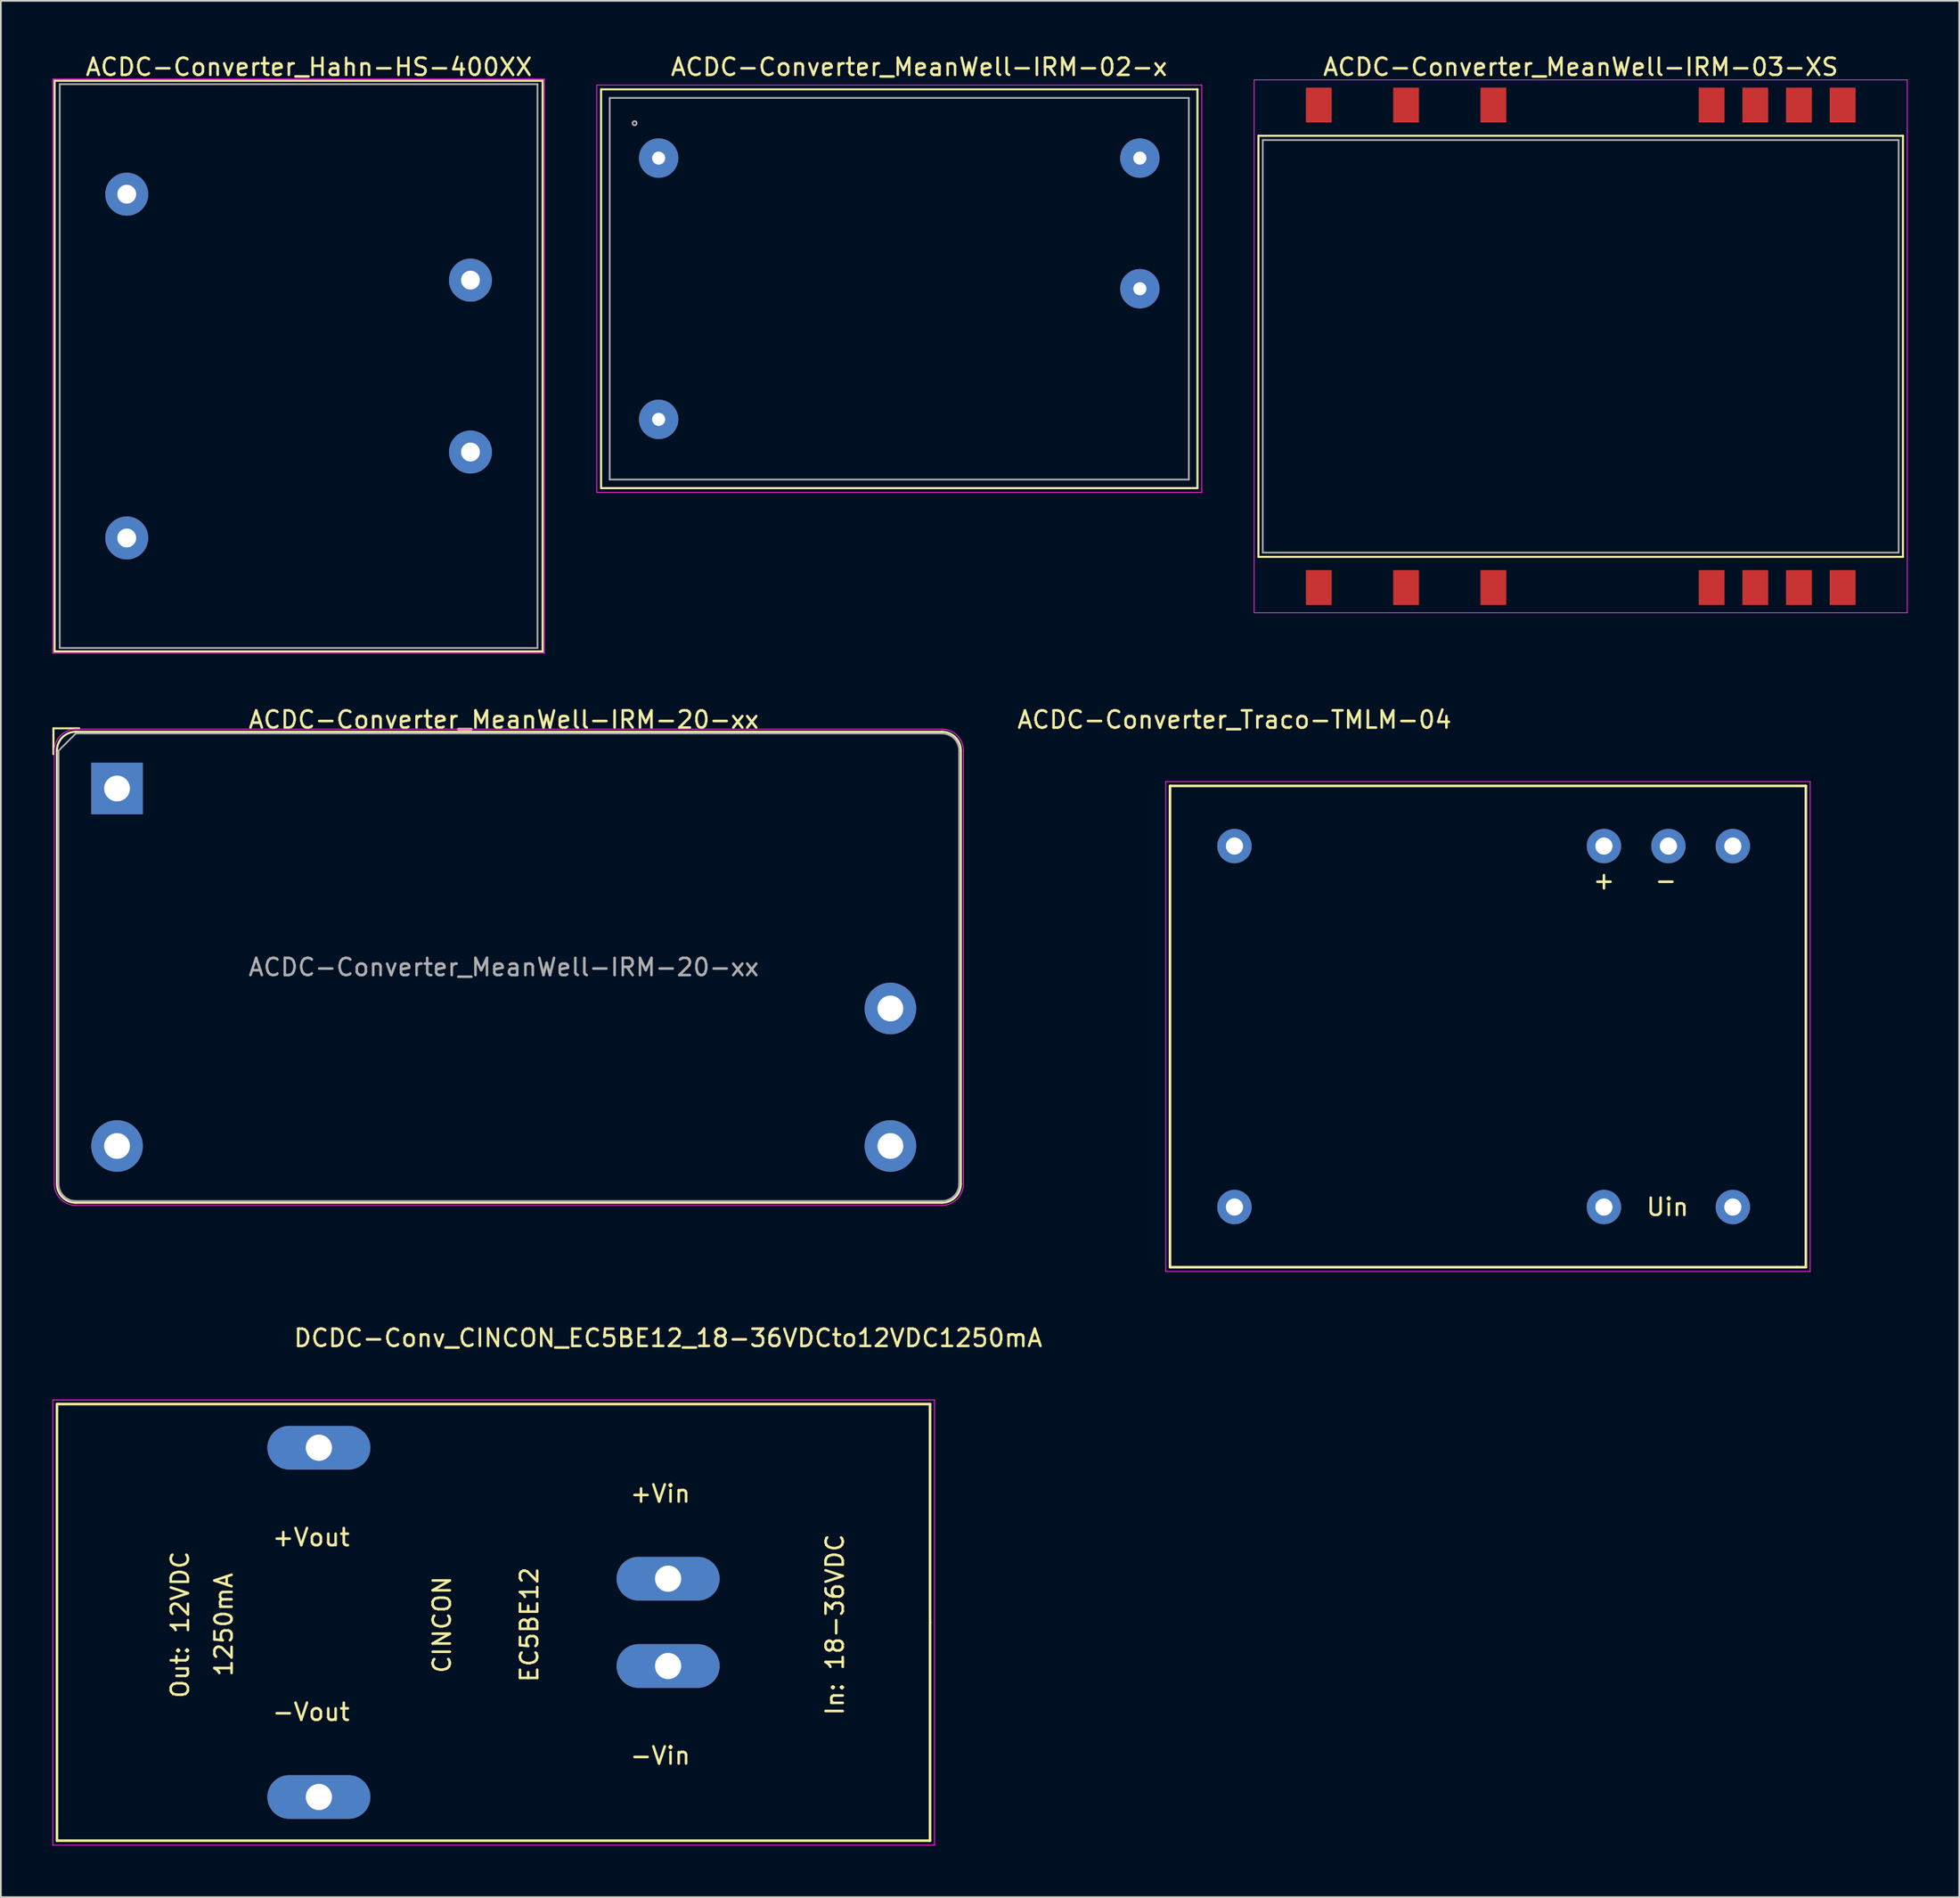
<source format=kicad_pcb>
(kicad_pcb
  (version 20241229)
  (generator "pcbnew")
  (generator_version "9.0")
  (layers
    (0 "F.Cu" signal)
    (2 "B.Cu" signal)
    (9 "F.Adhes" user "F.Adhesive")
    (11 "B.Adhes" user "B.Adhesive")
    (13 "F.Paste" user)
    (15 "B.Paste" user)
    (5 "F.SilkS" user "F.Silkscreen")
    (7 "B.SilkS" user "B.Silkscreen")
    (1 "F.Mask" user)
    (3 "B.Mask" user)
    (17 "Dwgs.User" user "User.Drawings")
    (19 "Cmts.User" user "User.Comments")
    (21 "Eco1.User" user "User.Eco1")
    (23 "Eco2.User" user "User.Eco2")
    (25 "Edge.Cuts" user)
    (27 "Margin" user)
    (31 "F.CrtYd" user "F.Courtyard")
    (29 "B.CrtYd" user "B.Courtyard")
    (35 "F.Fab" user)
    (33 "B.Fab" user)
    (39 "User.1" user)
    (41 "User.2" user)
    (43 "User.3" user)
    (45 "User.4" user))
  (footprint "ACDC-Converter_MeanWell-IRM-03-XS"
    (layer "F.Cu")
    (at 88.925 17.098)
    (property "Reference" "ACDC-Converter_MeanWell-IRM-03-XS" (at 0 -16.25 0) (layer "F.SilkS") (effects (font (size 1 1) (thickness 0.15))))
    (attr smd)
    (fp_line (start -18.75 -12.25) (end 18.75 -12.25) (stroke (width 0.12) (type solid)) (layer "F.SilkS"))
    (fp_line (start -18.75 12.25) (end -18.75 -12.25) (stroke (width 0.12) (type solid)) (layer "F.SilkS"))
    (fp_line (start 18.75 -12.25) (end 18.75 12.25) (stroke (width 0.12) (type solid)) (layer "F.SilkS"))
    (fp_line (start 18.75 12.25) (end -18.75 12.25) (stroke (width 0.12) (type solid)) (layer "F.SilkS"))
    (fp_line (start -19 -15.5) (end -19 15.5) (stroke (width 0.05) (type solid)) (layer "F.CrtYd"))
    (fp_line (start -19 15.5) (end 19 15.5) (stroke (width 0.05) (type solid)) (layer "F.CrtYd"))
    (fp_line (start 19 -15.5) (end -19 -15.5) (stroke (width 0.05) (type solid)) (layer "F.CrtYd"))
    (fp_line (start 19 15.5) (end 19 -15.5) (stroke (width 0.05) (type solid)) (layer "F.CrtYd"))
    (fp_line (start -18.5 -12) (end -18.5 12) (stroke (width 0.1) (type solid)) (layer "F.Fab"))
    (fp_line (start -18.5 12) (end 18.5 12) (stroke (width 0.1) (type solid)) (layer "F.Fab"))
    (fp_line (start 18.5 -12) (end -18.5 -12) (stroke (width 0.1) (type solid)) (layer "F.Fab"))
    (fp_line (start 18.5 12) (end 18.5 -12) (stroke (width 0.1) (type solid)) (layer "F.Fab"))
    (pad "1" smd rect (at -15.24 14.035) (size 1.5 2.03) (layers "F.Cu" "F.Mask" "F.Paste"))
    (pad "3" smd rect (at -10.16 14.035) (size 1.5 2.03) (layers "F.Cu" "F.Mask" "F.Paste"))
    (pad "5" smd rect (at -5.08 14.035) (size 1.5 2.03) (layers "F.Cu" "F.Mask" "F.Paste"))
    (pad "10" smd rect (at 7.62 14.035) (size 1.5 2.03) (layers "F.Cu" "F.Mask" "F.Paste"))
    (pad "11" smd rect (at 10.16 14.035) (size 1.5 2.03) (layers "F.Cu" "F.Mask" "F.Paste"))
    (pad "12" smd rect (at 12.7 14.035) (size 1.5 2.03) (layers "F.Cu" "F.Mask" "F.Paste"))
    (pad "13" smd rect (at 15.24 14.035) (size 1.5 2.03) (layers "F.Cu" "F.Mask" "F.Paste"))
    (pad "14" smd rect (at 15.24 -14.035) (size 1.5 2.03) (layers "F.Cu" "F.Mask" "F.Paste"))
    (pad "15" smd rect (at 12.7 -14.035) (size 1.5 2.03) (layers "F.Cu" "F.Mask" "F.Paste"))
    (pad "16" smd rect (at 10.16 -14.035) (size 1.5 2.03) (layers "F.Cu" "F.Mask" "F.Paste"))
    (pad "17" smd rect (at 7.62 -14.035) (size 1.5 2.03) (layers "F.Cu" "F.Mask" "F.Paste"))
    (pad "22" smd rect (at -5.08 -14.035) (size 1.5 2.03) (layers "F.Cu" "F.Mask" "F.Paste"))
    (pad "24" smd rect (at -10.16 -14.035) (size 1.5 2.03) (layers "F.Cu" "F.Mask" "F.Paste"))
    (pad "26" smd rect (at -15.24 -14.035) (size 1.5 2.03) (layers "F.Cu" "F.Mask" "F.Paste")))
  (footprint "DCDC-Conv_CINCON_EC5BE12_18-36VDCto12VDC1250mA"
    (layer "F.Cu")
    (at 35.825 88.795)
    (property "Reference" "DCDC-Conv_CINCON_EC5BE12_18-36VDCto12VDC1250mA" (at 0 -14 0) (layer "F.SilkS") (effects (font (size 1 1) (thickness 0.15))))
    (attr through_hole)
    (fp_line (start -35.56 -10.16) (end -35.56 15.24) (stroke (width 0.15) (type solid)) (layer "F.SilkS"))
    (fp_line (start -35.56 15.24) (end 15.24 15.24) (stroke (width 0.15) (type solid)) (layer "F.SilkS"))
    (fp_line (start 15.24 -10.16) (end -35.56 -10.16) (stroke (width 0.15) (type solid)) (layer "F.SilkS"))
    (fp_line (start 15.24 2.54) (end 15.24 -10.16) (stroke (width 0.15) (type solid)) (layer "F.SilkS"))
    (fp_line (start 15.24 15.24) (end 15.24 2.54) (stroke (width 0.15) (type solid)) (layer "F.SilkS"))
    (fp_line (start -35.8 -10.4) (end -35.8 15.5) (stroke (width 0.05) (type solid)) (layer "F.CrtYd"))
    (fp_line (start -35.8 -10.4) (end 15.5 -10.4) (stroke (width 0.05) (type solid)) (layer "F.CrtYd"))
    (fp_line (start -35.8 15.5) (end 15.5 15.5) (stroke (width 0.05) (type solid)) (layer "F.CrtYd"))
    (fp_line (start 15.5 -10.4) (end 15.5 15.5) (stroke (width 0.05) (type solid)) (layer "F.CrtYd"))
    (fp_text user "+Vin" (at -0.455 -4.945 180) (layer "F.SilkS") (effects (font (size 1 1) (thickness 0.15))))
    (fp_text user "In: 18-36VDC" (at 9.705 2.675 90) (layer "F.SilkS") (effects (font (size 1 1) (thickness 0.15))))
    (fp_text user "-Vin" (at -0.455 10.295 180) (layer "F.SilkS") (effects (font (size 1 1) (thickness 0.15))))
    (fp_text user "+Vout" (at -20.775 -2.405 180) (layer "F.SilkS") (effects (font (size 1 1) (thickness 0.15))))
    (fp_text user "Out: 12VDC" (at -28.395 2.675 90) (layer "F.SilkS") (effects (font (size 1 1) (thickness 0.15))))
    (fp_text user "1250mA" (at -25.855 2.675 90) (layer "F.SilkS") (effects (font (size 1 1) (thickness 0.15))))
    (fp_text user "CINCON" (at -13.155 2.675 90) (layer "F.SilkS") (effects (font (size 1 1) (thickness 0.15))))
    (fp_text user "-Vout" (at -20.775 7.755 180) (layer "F.SilkS") (effects (font (size 1 1) (thickness 0.15))))
    (fp_text user "EC5BE12" (at -8.075 2.675 90) (layer "F.SilkS") (effects (font (size 1 1) (thickness 0.15))))
    (pad "1" thru_hole oval (at 0 0) (size 5.994 2.54) (drill 1.524) (layers "*.Cu" "*.Mask"))
    (pad "2" thru_hole oval (at 0 5.08) (size 5.994 2.54) (drill 1.524) (layers "*.Cu" "*.Mask"))
    (pad "3" thru_hole oval (at -20.32 -7.62) (size 5.994 2.54) (drill 1.524) (layers "*.Cu" "*.Mask"))
    (pad "5" thru_hole oval (at -20.32 12.7) (size 5.994 2.54) (drill 1.524) (layers "*.Cu" "*.Mask")))
  (footprint "ACDC-Converter_MeanWell-IRM-02-x"
    (layer "F.Cu")
    (at 35.275 6.148)
    (property "Reference" "ACDC-Converter_MeanWell-IRM-02-x" (at 15.15 -5.3 0) (layer "F.SilkS") (effects (font (size 1 1) (thickness 0.15))))
    (attr through_hole)
    (fp_line (start -3.35 -4) (end 31.35 -4) (stroke (width 0.12) (type solid)) (layer "F.SilkS"))
    (fp_line (start -3.35 19.2) (end -3.35 -4) (stroke (width 0.12) (type solid)) (layer "F.SilkS"))
    (fp_line (start -3.35 19.2) (end 31.35 19.2) (stroke (width 0.12) (type solid)) (layer "F.SilkS"))
    (fp_line (start 31.35 -4) (end 31.35 19.2) (stroke (width 0.12) (type solid)) (layer "F.SilkS"))
    (fp_line (start -3.6 -4.25) (end 31.6 -4.25) (stroke (width 0.05) (type solid)) (layer "F.CrtYd"))
    (fp_line (start -3.6 19.45) (end -3.6 -4.25) (stroke (width 0.05) (type solid)) (layer "F.CrtYd"))
    (fp_line (start -3.6 19.45) (end 31.6 19.45) (stroke (width 0.05) (type solid)) (layer "F.CrtYd"))
    (fp_line (start 31.6 19.45) (end 31.6 -4.25) (stroke (width 0.05) (type solid)) (layer "F.CrtYd"))
    (fp_line (start -2.85 -3.5) (end 30.85 -3.5) (stroke (width 0.1) (type solid)) (layer "F.Fab"))
    (fp_line (start -2.85 18.7) (end -2.85 -3.5) (stroke (width 0.1) (type solid)) (layer "F.Fab"))
    (fp_line (start -2.85 18.7) (end 30.85 18.7) (stroke (width 0.1) (type solid)) (layer "F.Fab"))
    (fp_line (start 30.85 18.7) (end 30.85 -3.5) (stroke (width 0.1) (type solid)) (layer "F.Fab"))
    (fp_circle (center -1.4 -2.03) (end -1.4 -1.91) (stroke (width 0.1) (type solid)) (fill no) (layer "F.Fab"))
    (pad "1" thru_hole circle (at 0 0) (size 2.29 2.29) (drill 0.76) (layers "*.Cu" "*.Mask"))
    (pad "2" thru_hole circle (at 0 15.2) (size 2.29 2.29) (drill 0.76) (layers "*.Cu" "*.Mask"))
    (pad "3" thru_hole circle (at 28 0) (size 2.29 2.29) (drill 0.76) (layers "*.Cu" "*.Mask"))
    (pad "4" thru_hole circle (at 28 7.6) (size 2.29 2.29) (drill 0.76) (layers "*.Cu" "*.Mask")))
  (footprint "ACDC-Converter_MeanWell-IRM-20-xx"
    (layer "F.Cu")
    (at 3.76 42.822)
    (property "Reference" "ACDC-Converter_MeanWell-IRM-20-xx" (at 22.5 -4 0) (layer "F.SilkS") (effects (font (size 1 1) (thickness 0.15))))
    (attr through_hole)
    (fp_line (start -3.7 -3.5) (end -3.7 -2) (stroke (width 0.12) (type solid)) (layer "F.SilkS"))
    (fp_line (start -3.5 -2.2) (end -3.5 23) (stroke (width 0.12) (type solid)) (layer "F.SilkS"))
    (fp_line (start -2.4 -3.3) (end 48 -3.3) (stroke (width 0.12) (type solid)) (layer "F.SilkS"))
    (fp_line (start -2.4 24.1) (end 48 24.1) (stroke (width 0.12) (type solid)) (layer "F.SilkS"))
    (fp_line (start -2.2 -3.5) (end -3.7 -3.5) (stroke (width 0.12) (type solid)) (layer "F.SilkS"))
    (fp_line (start 49.1 -2.2) (end 49.1 23) (stroke (width 0.12) (type solid)) (layer "F.SilkS"))
    (fp_arc (start -3.5 -2.2) (mid -3.177817 -2.977817) (end -2.4 -3.3) (stroke (width 0.12) (type solid)) (layer "F.SilkS"))
    (fp_arc (start -2.4 24.1) (mid -3.177817 23.777817) (end -3.5 23) (stroke (width 0.12) (type solid)) (layer "F.SilkS"))
    (fp_arc (start 48 -3.3) (mid 48.777817 -2.977817) (end 49.1 -2.2) (stroke (width 0.12) (type solid)) (layer "F.SilkS"))
    (fp_arc (start 49.1 23) (mid 48.777817 23.777817) (end 48 24.1) (stroke (width 0.12) (type solid)) (layer "F.SilkS"))
    (fp_line (start -3.65 -2.2) (end -3.65 23) (stroke (width 0.05) (type solid)) (layer "F.CrtYd"))
    (fp_line (start -2.4 -3.45) (end 48 -3.45) (stroke (width 0.05) (type solid)) (layer "F.CrtYd"))
    (fp_line (start -2.4 24.25) (end 48 24.25) (stroke (width 0.05) (type solid)) (layer "F.CrtYd"))
    (fp_line (start 49.25 -2.2) (end 49.25 23) (stroke (width 0.05) (type solid)) (layer "F.CrtYd"))
    (fp_arc (start -3.65 -2.2) (mid -3.283883 -3.083883) (end -2.4 -3.45) (stroke (width 0.05) (type solid)) (layer "F.CrtYd"))
    (fp_arc (start -2.4 24.25) (mid -3.283883 23.883883) (end -3.65 23) (stroke (width 0.05) (type solid)) (layer "F.CrtYd"))
    (fp_arc (start 48 -3.45) (mid 48.883883 -3.083883) (end 49.25 -2.2) (stroke (width 0.05) (type solid)) (layer "F.CrtYd"))
    (fp_arc (start 49.25 23) (mid 48.883883 23.883883) (end 48 24.25) (stroke (width 0.05) (type solid)) (layer "F.CrtYd"))
    (fp_line (start -3.4 -2.2) (end -3.4 23) (stroke (width 0.1) (type solid)) (layer "F.Fab"))
    (fp_line (start -2.4 -3.2) (end -3.4 -2.2) (stroke (width 0.1) (type solid)) (layer "F.Fab"))
    (fp_line (start -2.4 24) (end 48 24) (stroke (width 0.1) (type solid)) (layer "F.Fab"))
    (fp_line (start 48 -3.2) (end -2.4 -3.2) (stroke (width 0.1) (type solid)) (layer "F.Fab"))
    (fp_line (start 49 -2.2) (end 49 23) (stroke (width 0.1) (type solid)) (layer "F.Fab"))
    (fp_arc (start -2.4 24) (mid -3.107107 23.707107) (end -3.4 23) (stroke (width 0.1) (type solid)) (layer "F.Fab"))
    (fp_arc (start 48 -3.2) (mid 48.707107 -2.907107) (end 49 -2.2) (stroke (width 0.1) (type solid)) (layer "F.Fab"))
    (fp_arc (start 49 23) (mid 48.707107 23.707107) (end 48 24) (stroke (width 0.1) (type solid)) (layer "F.Fab"))
    (fp_text user "${REFERENCE}" (at 22.5 10.4 0) (layer "F.Fab") (effects (font (size 1 1) (thickness 0.15))))
    (pad "1" thru_hole rect (at 0 0) (size 3 3) (drill 1.5) (layers "*.Cu" "*.Mask"))
    (pad "2" thru_hole circle (at 0 20.8) (size 3 3) (drill 1.5) (layers "*.Cu" "*.Mask"))
    (pad "3" thru_hole circle (at 45 12.8) (size 3 3) (drill 1.5) (layers "*.Cu" "*.Mask"))
    (pad "4" thru_hole circle (at 45 20.8) (size 3 3) (drill 1.5) (layers "*.Cu" "*.Mask")))
  (footprint "ACDC-Converter_Hahn-HS-400XX"
    (layer "F.Cu")
    (at 4.325 28.248)
    (property "Reference" "ACDC-Converter_Hahn-HS-400XX" (at 10.6 -27.4 0) (layer "F.SilkS") (effects (font (size 1 1) (thickness 0.15))))
    (attr through_hole)
    (fp_line (start -4.2 -26.6) (end 24.2 -26.6) (stroke (width 0.12) (type solid)) (layer "F.SilkS"))
    (fp_line (start -4.2 6.6) (end -4.2 -26.6) (stroke (width 0.12) (type solid)) (layer "F.SilkS"))
    (fp_line (start 24.2 -26.6) (end 24.2 6.6) (stroke (width 0.12) (type solid)) (layer "F.SilkS"))
    (fp_line (start 24.2 6.6) (end -4.2 6.6) (stroke (width 0.12) (type solid)) (layer "F.SilkS"))
    (fp_line (start -4.3 -26.7) (end 24.3 -26.7) (stroke (width 0.05) (type solid)) (layer "F.CrtYd"))
    (fp_line (start -4.3 6.7) (end -4.3 -26.7) (stroke (width 0.05) (type solid)) (layer "F.CrtYd"))
    (fp_line (start 24.3 -26.7) (end 24.3 6.7) (stroke (width 0.05) (type solid)) (layer "F.CrtYd"))
    (fp_line (start 24.3 6.7) (end -4.3 6.7) (stroke (width 0.05) (type solid)) (layer "F.CrtYd"))
    (fp_line (start -3.9 -26.4) (end 23.9 -26.4) (stroke (width 0.1) (type solid)) (layer "F.Fab"))
    (fp_line (start -3.9 6.4) (end -3.9 -26.4) (stroke (width 0.1) (type solid)) (layer "F.Fab"))
    (fp_line (start -3.9 6.4) (end 23.9 6.4) (stroke (width 0.1) (type solid)) (layer "F.Fab"))
    (fp_line (start 23.9 6.4) (end 23.9 -26.4) (stroke (width 0.1) (type solid)) (layer "F.Fab"))
    (pad "1" thru_hole circle (at 0 0) (size 2.5 2.5) (drill 1.1) (layers "*.Cu" "*.Mask"))
    (pad "5" thru_hole circle (at 0 -20) (size 2.5 2.5) (drill 1.1) (layers "*.Cu" "*.Mask"))
    (pad "7" thru_hole circle (at 20 -15) (size 2.5 2.5) (drill 1.1) (layers "*.Cu" "*.Mask"))
    (pad "9" thru_hole circle (at 20 -5) (size 2.5 2.5) (drill 1.1) (layers "*.Cu" "*.Mask")))
  (footprint "ACDC-Converter_Traco-TMLM-04"
    (layer "F.Cu")
    (at 68.779 46.172)
    (property "Reference" "ACDC-Converter_Traco-TMLM-04" (at 0 -7.35 0) (layer "F.SilkS") (effects (font (size 1 1) (thickness 0.15))))
    (attr through_hole)
    (fp_line (start -3.749 -3.5) (end -3.749 24.501) (stroke (width 0.15) (type solid)) (layer "F.SilkS"))
    (fp_line (start -3.749 24.501) (end 32.751 24.501) (stroke (width 0.15) (type solid)) (layer "F.SilkS"))
    (fp_line (start 32.751 24.501) (end 33.249 24.501) (stroke (width 0.15) (type solid)) (layer "F.SilkS"))
    (fp_line (start 33.249 -3.5) (end -3.749 -3.5) (stroke (width 0.15) (type solid)) (layer "F.SilkS"))
    (fp_line (start 33.249 24.501) (end 33.249 -3.5) (stroke (width 0.15) (type solid)) (layer "F.SilkS"))
    (fp_line (start -4 -3.75) (end -4 24.75) (stroke (width 0.05) (type solid)) (layer "F.CrtYd"))
    (fp_line (start -4 -3.75) (end 33.5 -3.75) (stroke (width 0.05) (type solid)) (layer "F.CrtYd"))
    (fp_line (start -4 24.75) (end 33.5 24.75) (stroke (width 0.05) (type solid)) (layer "F.CrtYd"))
    (fp_line (start 33.5 -3.75) (end 33.5 24.75) (stroke (width 0.05) (type solid)) (layer "F.CrtYd"))
    (fp_text user "+" (at 21.5 2 0) (layer "F.SilkS") (effects (font (size 1 1) (thickness 0.15))))
    (fp_text user "-" (at 25.1 2 0) (layer "F.SilkS") (effects (font (size 1 1) (thickness 0.15))))
    (fp_text user "Uin" (at 25.2 21 0) (layer "F.SilkS") (effects (font (size 1 1) (thickness 0.15))))
    (pad "1" thru_hole circle (at 0 0) (size 1.999 1.999) (drill 1.001) (layers "*.Cu" "*.Mask"))
    (pad "2" thru_hole circle (at 21.499 0) (size 1.999 1.999) (drill 1.001) (layers "*.Cu" "*.Mask"))
    (pad "3" thru_hole circle (at 25.25 0) (size 1.999 1.999) (drill 1.001) (layers "*.Cu" "*.Mask"))
    (pad "4" thru_hole circle (at 28.999 0) (size 1.999 1.999) (drill 1.001) (layers "*.Cu" "*.Mask"))
    (pad "5" thru_hole circle (at 28.999 21.001) (size 1.999 1.999) (drill 1.001) (layers "*.Cu" "*.Mask"))
    (pad "6" thru_hole circle (at 21.499 21.001) (size 1.999 1.999) (drill 1.001) (layers "*.Cu" "*.Mask"))
    (pad "7" thru_hole circle (at 0 21.001) (size 1.999 1.999) (drill 1.001) (layers "*.Cu" "*.Mask")))
  (gr_rect
    (start -3 -3)
    (end 110.95 107.32)
    (stroke (width 0.1) (type default))
    (fill no)
    (layer "Edge.Cuts")))
</source>
